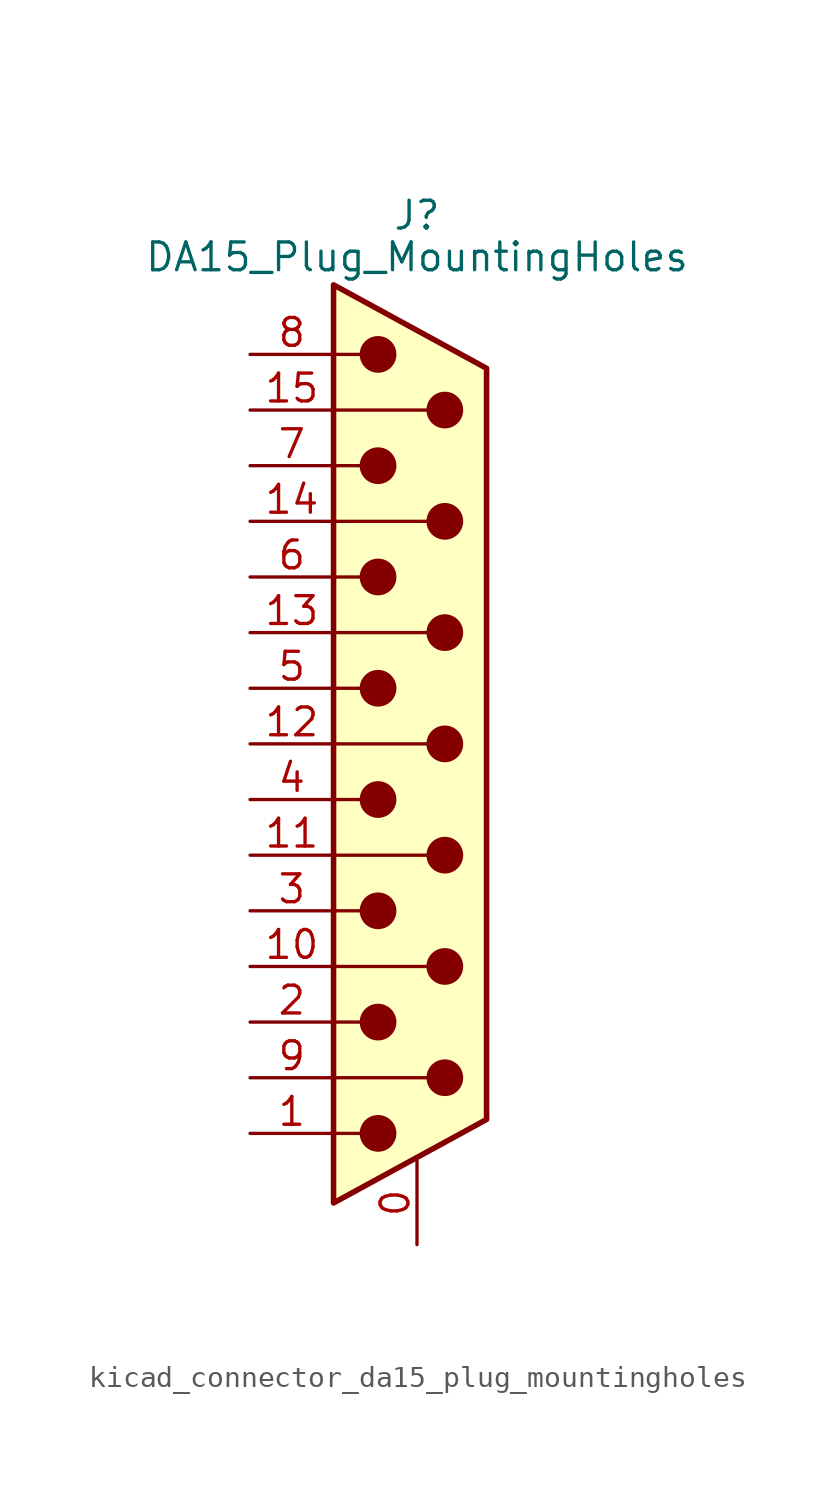
<source format=kicad_sym>
(kicad_symbol_lib
  (version 20220914)
  (generator kicad_symbol_editor)
  (symbol "kicad_connector_da15_plug_mountingholes"
    (pin_names
      (offset 1.016) hide)
    (property "Reference" "J"
      (at 0 24.13 0)
      (effects (font (size 1.27 1.27))))
    (property "Value" "DA15_Plug_MountingHoles"
      (at 0 22.225 0)
      (effects (font (size 1.27 1.27))))
    (symbol "kicad_connector_da15_plug_mountingholes_0_1"
      (circle (center -1.778 -17.78) (radius 0.762) (stroke (width 0) (type default)) (fill (type outline)))
      (circle (center -1.778 -12.7) (radius 0.762) (stroke (width 0) (type default)) (fill (type outline)))
      (circle (center -1.778 -7.62) (radius 0.762) (stroke (width 0) (type default)) (fill (type outline)))
      (circle (center -1.778 -2.54) (radius 0.762) (stroke (width 0) (type default)) (fill (type outline)))
      (circle (center -1.778 2.54) (radius 0.762) (stroke (width 0) (type default)) (fill (type outline)))
      (circle (center -1.778 7.62) (radius 0.762) (stroke (width 0) (type default)) (fill (type outline)))
      (circle (center -1.778 12.7) (radius 0.762) (stroke (width 0) (type default)) (fill (type outline)))
      (circle (center -1.778 17.78) (radius 0.762) (stroke (width 0) (type default)) (fill (type outline)))
      (polyline (pts (xy -3.81 -17.78) (xy -2.54 -17.78)) (stroke (width 0) (type default)) (fill (type none)))
      (polyline (pts (xy -3.81 -15.24) (xy 0.508 -15.24)) (stroke (width 0) (type default)) (fill (type none)))
      (polyline (pts (xy -3.81 -12.7) (xy -2.54 -12.7)) (stroke (width 0) (type default)) (fill (type none)))
      (polyline (pts (xy -3.81 -10.16) (xy 0.508 -10.16)) (stroke (width 0) (type default)) (fill (type none)))
      (polyline (pts (xy -3.81 -7.62) (xy -2.54 -7.62)) (stroke (width 0) (type default)) (fill (type none)))
      (polyline (pts (xy -3.81 -5.08) (xy 0.508 -5.08)) (stroke (width 0) (type default)) (fill (type none)))
      (polyline (pts (xy -3.81 -2.54) (xy -2.54 -2.54)) (stroke (width 0) (type default)) (fill (type none)))
      (polyline (pts (xy -3.81 0) (xy 0.508 0)) (stroke (width 0) (type default)) (fill (type none)))
      (polyline (pts (xy -3.81 2.54) (xy -2.54 2.54)) (stroke (width 0) (type default)) (fill (type none)))
      (polyline (pts (xy -3.81 5.08) (xy 0.508 5.08)) (stroke (width 0) (type default)) (fill (type none)))
      (polyline (pts (xy -3.81 7.62) (xy -2.54 7.62)) (stroke (width 0) (type default)) (fill (type none)))
      (polyline (pts (xy -3.81 10.16) (xy 0.508 10.16)) (stroke (width 0) (type default)) (fill (type none)))
      (polyline (pts (xy -3.81 12.7) (xy -2.54 12.7)) (stroke (width 0) (type default)) (fill (type none)))
      (polyline (pts (xy -3.81 15.24) (xy 0.508 15.24)) (stroke (width 0) (type default)) (fill (type none)))
      (polyline (pts (xy -3.81 17.78) (xy -2.54 17.78)) (stroke (width 0) (type default)) (fill (type none)))
      (polyline (pts (xy -3.81 -20.955) (xy 3.175 -17.145) (xy 3.175 17.145) (xy -3.81 20.955) (xy -3.81 -20.955)) (stroke (width 0.254) (type default)) (fill (type background)))
      (circle (center 1.27 -15.24) (radius 0.762) (stroke (width 0) (type default)) (fill (type outline)))
      (circle (center 1.27 -10.16) (radius 0.762) (stroke (width 0) (type default)) (fill (type outline)))
      (circle (center 1.27 -5.08) (radius 0.762) (stroke (width 0) (type default)) (fill (type outline)))
      (circle (center 1.27 0) (radius 0.762) (stroke (width 0) (type default)) (fill (type outline)))
      (circle (center 1.27 5.08) (radius 0.762) (stroke (width 0) (type default)) (fill (type outline)))
      (circle (center 1.27 10.16) (radius 0.762) (stroke (width 0) (type default)) (fill (type outline)))
      (circle (center 1.27 15.24) (radius 0.762) (stroke (width 0) (type default)) (fill (type outline))))
    (symbol "kicad_connector_da15_plug_mountingholes_1_1"
      (pin passive line (at 0 -22.86 90) (length 3.81) (name "PAD" (effects (font (size 1.27 1.27)))) (number "0" (effects (font (size 1.27 1.27)))))
      (pin passive line (at -7.62 -17.78 0) (length 3.81) (name "1" (effects (font (size 1.27 1.27)))) (number "1" (effects (font (size 1.27 1.27)))))
      (pin passive line (at -7.62 -10.16 0) (length 3.81) (name "P10" (effects (font (size 1.27 1.27)))) (number "10" (effects (font (size 1.27 1.27)))))
      (pin passive line (at -7.62 -5.08 0) (length 3.81) (name "P111" (effects (font (size 1.27 1.27)))) (number "11" (effects (font (size 1.27 1.27)))))
      (pin passive line (at -7.62 0 0) (length 3.81) (name "P12" (effects (font (size 1.27 1.27)))) (number "12" (effects (font (size 1.27 1.27)))))
      (pin passive line (at -7.62 5.08 0) (length 3.81) (name "P13" (effects (font (size 1.27 1.27)))) (number "13" (effects (font (size 1.27 1.27)))))
      (pin passive line (at -7.62 10.16 0) (length 3.81) (name "P14" (effects (font (size 1.27 1.27)))) (number "14" (effects (font (size 1.27 1.27)))))
      (pin passive line (at -7.62 15.24 0) (length 3.81) (name "P15" (effects (font (size 1.27 1.27)))) (number "15" (effects (font (size 1.27 1.27)))))
      (pin passive line (at -7.62 -12.7 0) (length 3.81) (name "2" (effects (font (size 1.27 1.27)))) (number "2" (effects (font (size 1.27 1.27)))))
      (pin passive line (at -7.62 -7.62 0) (length 3.81) (name "3" (effects (font (size 1.27 1.27)))) (number "3" (effects (font (size 1.27 1.27)))))
      (pin passive line (at -7.62 -2.54 0) (length 3.81) (name "4" (effects (font (size 1.27 1.27)))) (number "4" (effects (font (size 1.27 1.27)))))
      (pin passive line (at -7.62 2.54 0) (length 3.81) (name "5" (effects (font (size 1.27 1.27)))) (number "5" (effects (font (size 1.27 1.27)))))
      (pin passive line (at -7.62 7.62 0) (length 3.81) (name "6" (effects (font (size 1.27 1.27)))) (number "6" (effects (font (size 1.27 1.27)))))
      (pin passive line (at -7.62 12.7 0) (length 3.81) (name "7" (effects (font (size 1.27 1.27)))) (number "7" (effects (font (size 1.27 1.27)))))
      (pin passive line (at -7.62 17.78 0) (length 3.81) (name "8" (effects (font (size 1.27 1.27)))) (number "8" (effects (font (size 1.27 1.27)))))
      (pin passive line (at -7.62 -15.24 0) (length 3.81) (name "P9" (effects (font (size 1.27 1.27)))) (number "9" (effects (font (size 1.27 1.27))))))))
</source>
